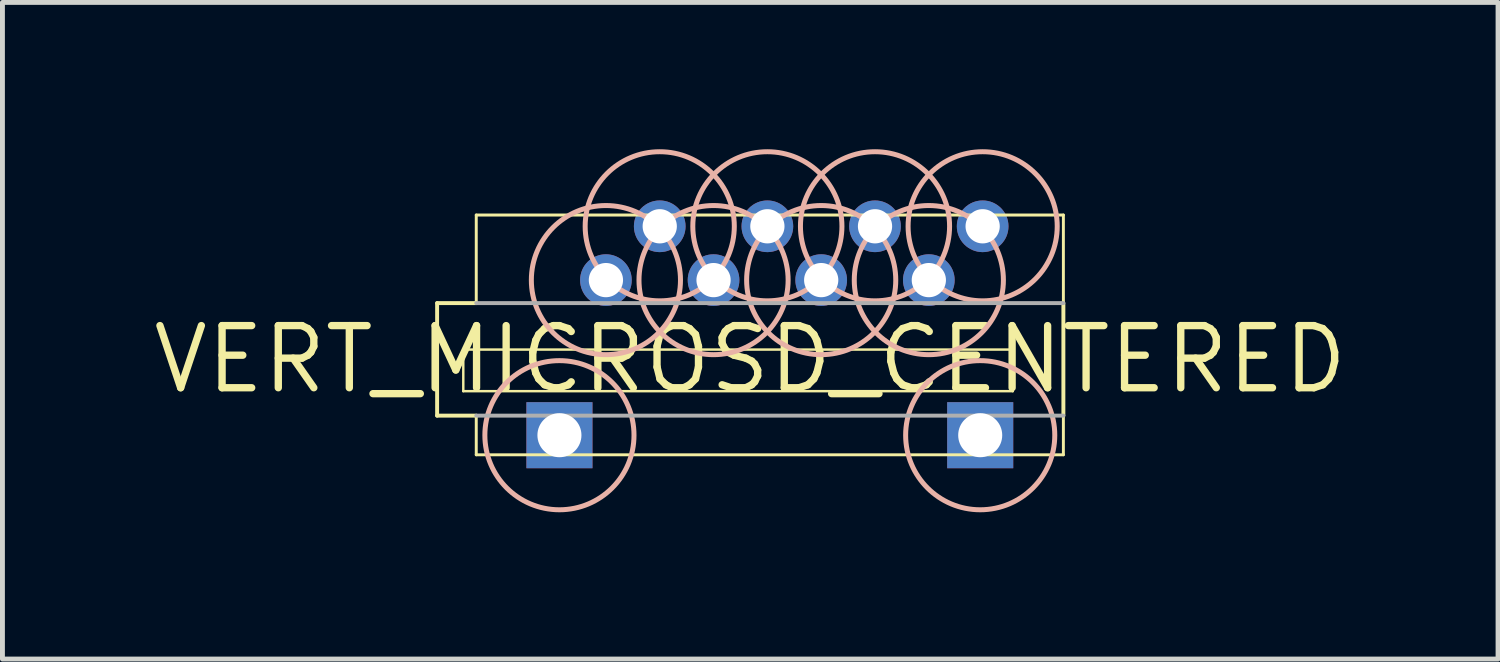
<source format=kicad_pcb>
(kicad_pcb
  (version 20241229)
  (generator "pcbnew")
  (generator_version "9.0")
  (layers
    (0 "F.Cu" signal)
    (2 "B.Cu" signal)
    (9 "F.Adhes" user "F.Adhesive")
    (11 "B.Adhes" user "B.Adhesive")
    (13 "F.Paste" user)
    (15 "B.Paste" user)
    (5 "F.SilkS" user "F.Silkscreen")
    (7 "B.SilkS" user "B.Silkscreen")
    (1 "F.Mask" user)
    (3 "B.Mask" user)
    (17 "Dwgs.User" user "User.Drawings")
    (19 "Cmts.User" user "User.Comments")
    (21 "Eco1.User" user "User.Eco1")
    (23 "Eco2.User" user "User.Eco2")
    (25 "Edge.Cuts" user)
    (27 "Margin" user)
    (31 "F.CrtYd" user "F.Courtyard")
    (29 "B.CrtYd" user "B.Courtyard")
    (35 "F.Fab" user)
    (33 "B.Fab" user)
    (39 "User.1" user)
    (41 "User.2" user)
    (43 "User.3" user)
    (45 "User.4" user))
  (footprint "VERT_MICROSD_CENTERED"
    (layer "F.Cu")
    (at 12.284 4.295)
    (property "Reference" "VERT_MICROSD_CENTERED" (at 0 0 0) (layer "F.SilkS") (effects (font (size 1.27 1.27) (thickness 0.15))))
    (fp_line (start -6.4 -1.15) (end -5.6 -1.15) (stroke (width 0.08) (type solid)) (layer "F.SilkS"))
    (fp_line (start -6.4 1.15) (end -6.4 -1.15) (stroke (width 0.08) (type solid)) (layer "F.SilkS"))
    (fp_line (start -5.865 -0.2) (end 5.365 -0.2) (stroke (width 0.05) (type solid)) (layer "F.SilkS"))
    (fp_line (start -5.865 0.65) (end -5.865 -0.2) (stroke (width 0.05) (type solid)) (layer "F.SilkS"))
    (fp_line (start -5.6 -2.95) (end 6.4 -2.95) (stroke (width 0.06) (type solid)) (layer "F.SilkS"))
    (fp_line (start -5.6 -1.15) (end -5.6 -2.95) (stroke (width 0.06) (type solid)) (layer "F.SilkS"))
    (fp_line (start -5.6 1.15) (end -6.4 1.15) (stroke (width 0.08) (type solid)) (layer "F.SilkS"))
    (fp_line (start -5.6 1.15) (end -5.6 1.95) (stroke (width 0.06) (type solid)) (layer "F.SilkS"))
    (fp_line (start -5.6 1.95) (end 6.4 1.95) (stroke (width 0.06) (type solid)) (layer "F.SilkS"))
    (fp_line (start 5.365 -0.2) (end 5.365 0.65) (stroke (width 0.05) (type solid)) (layer "F.SilkS"))
    (fp_line (start 5.365 0.65) (end -5.865 0.65) (stroke (width 0.05) (type solid)) (layer "F.SilkS"))
    (fp_line (start 6.4 -2.95) (end 6.4 -1.15) (stroke (width 0.06) (type solid)) (layer "F.SilkS"))
    (fp_line (start 6.4 -1.15) (end 6.4 1.15) (stroke (width 0.08) (type solid)) (layer "F.SilkS"))
    (fp_line (start 6.4 1.95) (end 6.4 1.15) (stroke (width 0.06) (type solid)) (layer "F.SilkS"))
    (fp_circle (center -3.9 1.55) (end -2.376 1.55) (stroke (width 0.102) (type solid)) (fill no) (layer "B.SilkS"))
    (fp_circle (center -2.95 -1.62) (end -1.426 -1.62) (stroke (width 0.102) (type solid)) (fill no) (layer "B.SilkS"))
    (fp_circle (center -1.85 -2.72) (end -0.326 -2.72) (stroke (width 0.102) (type solid)) (fill no) (layer "B.SilkS"))
    (fp_circle (center -0.75 -1.62) (end 0.774 -1.62) (stroke (width 0.102) (type solid)) (fill no) (layer "B.SilkS"))
    (fp_circle (center 0.35 -2.72) (end 1.874 -2.72) (stroke (width 0.102) (type solid)) (fill no) (layer "B.SilkS"))
    (fp_circle (center 1.45 -1.62) (end 2.974 -1.62) (stroke (width 0.102) (type solid)) (fill no) (layer "B.SilkS"))
    (fp_circle (center 2.55 -2.72) (end 4.074 -2.72) (stroke (width 0.102) (type solid)) (fill no) (layer "B.SilkS"))
    (fp_circle (center 3.65 -1.62) (end 5.174 -1.62) (stroke (width 0.102) (type solid)) (fill no) (layer "B.SilkS"))
    (fp_circle (center 4.7 1.55) (end 6.224 1.55) (stroke (width 0.102) (type solid)) (fill no) (layer "B.SilkS"))
    (fp_circle (center 4.75 -2.72) (end 6.274 -2.72) (stroke (width 0.102) (type solid)) (fill no) (layer "B.SilkS"))
    (fp_line (start -5.6 -1.15) (end 6.4 -1.15) (stroke (width 0.08) (type solid)) (layer "F.Fab"))
    (fp_line (start 6.4 1.15) (end -5.6 1.15) (stroke (width 0.08) (type solid)) (layer "F.Fab"))
    (pad "1" thru_hole rect (at -3.9 1.55) (size 1.35 1.35) (drill 0.9) (layers "*.Cu" "*.Mask"))
    (pad "1" thru_hole circle (at 2.55 -2.72) (size 1.056 1.056) (drill 0.7) (layers "*.Cu" "*.Mask"))
    (pad "1" thru_hole rect (at 4.7 1.55) (size 1.35 1.35) (drill 0.9) (layers "*.Cu" "*.Mask"))
    (pad "2" thru_hole circle (at 0.35 -2.72) (size 1.056 1.056) (drill 0.7) (layers "*.Cu" "*.Mask"))
    (pad "3" thru_hole circle (at 1.45 -1.62) (size 1.056 1.056) (drill 0.7) (layers "*.Cu" "*.Mask"))
    (pad "4" thru_hole circle (at -0.75 -1.62) (size 1.056 1.056) (drill 0.7) (layers "*.Cu" "*.Mask"))
    (pad "5" thru_hole circle (at 3.65 -1.62) (size 1.056 1.056) (drill 0.7) (layers "*.Cu" "*.Mask"))
    (pad "6" thru_hole circle (at 4.75 -2.72) (size 1.056 1.056) (drill 0.7) (layers "*.Cu" "*.Mask"))
    (pad "7" thru_hole circle (at -2.95 -1.62) (size 1.056 1.056) (drill 0.7) (layers "*.Cu" "*.Mask"))
    (pad "8" thru_hole circle (at -1.85 -2.72) (size 1.056 1.056) (drill 0.7) (layers "*.Cu" "*.Mask")))
  (gr_rect
    (start -3 -3)
    (end 27.568 10.42)
    (stroke (width 0.1) (type default))
    (fill no)
    (layer "Edge.Cuts")))
</source>
